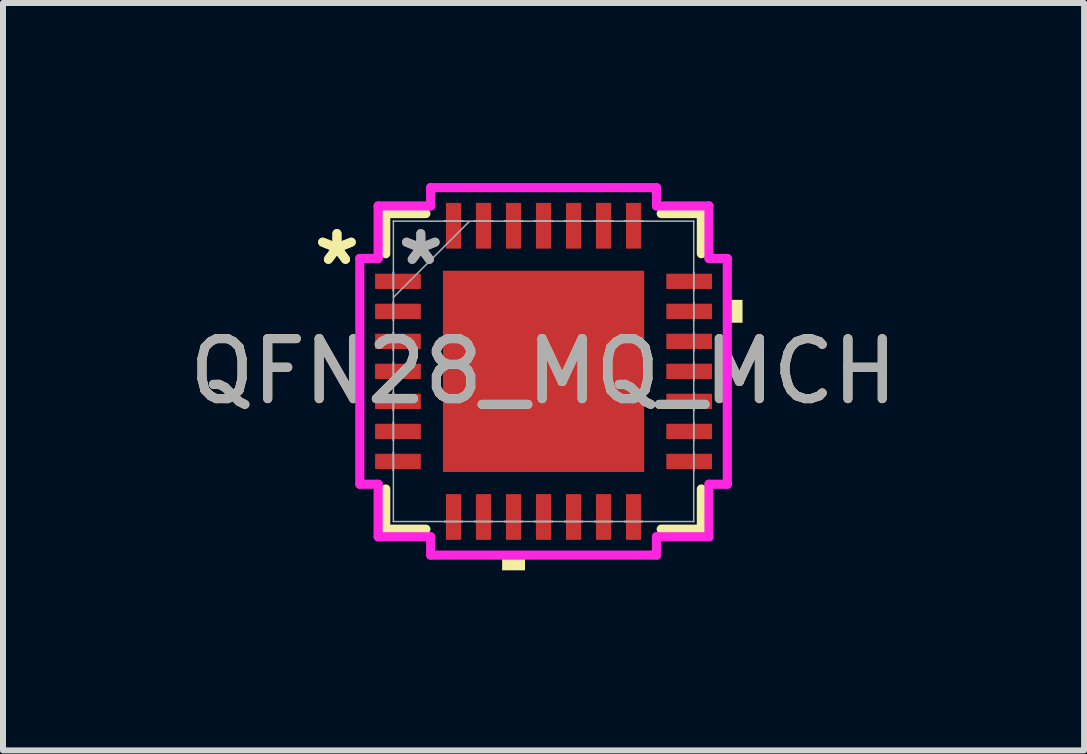
<source format=kicad_pcb>
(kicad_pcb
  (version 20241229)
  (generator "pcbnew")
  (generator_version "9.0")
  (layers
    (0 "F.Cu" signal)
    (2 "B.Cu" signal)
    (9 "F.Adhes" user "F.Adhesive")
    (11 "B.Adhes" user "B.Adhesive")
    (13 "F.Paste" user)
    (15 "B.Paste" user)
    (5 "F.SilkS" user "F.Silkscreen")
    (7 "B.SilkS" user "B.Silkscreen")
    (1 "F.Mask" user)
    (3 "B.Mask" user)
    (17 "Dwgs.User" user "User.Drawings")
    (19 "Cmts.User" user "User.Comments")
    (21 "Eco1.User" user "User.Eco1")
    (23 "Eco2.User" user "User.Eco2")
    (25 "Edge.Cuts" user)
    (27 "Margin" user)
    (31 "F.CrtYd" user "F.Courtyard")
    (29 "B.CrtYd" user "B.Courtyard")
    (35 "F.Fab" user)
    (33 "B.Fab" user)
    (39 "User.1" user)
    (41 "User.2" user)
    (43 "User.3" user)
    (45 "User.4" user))
  (footprint "QFN28_MQ_MCH"
    (layer "F.Cu")
    (at 6.006 3.137)
    (property "Reference" "QFN28_MQ_MCH" (at 0 0 0) (unlocked yes) (layer "F.SilkS") (effects (font (size 1 1) (thickness 0.15))))
    (attr smd)
    (fp_line (start -2.629 -2.629) (end -2.629 -1.96) (stroke (width 0.152) (type solid)) (layer "F.SilkS"))
    (fp_line (start -2.629 1.96) (end -2.629 2.629) (stroke (width 0.152) (type solid)) (layer "F.SilkS"))
    (fp_line (start -2.629 2.629) (end -1.96 2.629) (stroke (width 0.152) (type solid)) (layer "F.SilkS"))
    (fp_line (start -1.96 -2.629) (end -2.629 -2.629) (stroke (width 0.152) (type solid)) (layer "F.SilkS"))
    (fp_line (start 1.96 2.629) (end 2.629 2.629) (stroke (width 0.152) (type solid)) (layer "F.SilkS"))
    (fp_line (start 2.629 -2.629) (end 1.96 -2.629) (stroke (width 0.152) (type solid)) (layer "F.SilkS"))
    (fp_line (start 2.629 -1.96) (end 2.629 -2.629) (stroke (width 0.152) (type solid)) (layer "F.SilkS"))
    (fp_line (start 2.629 2.629) (end 2.629 1.96) (stroke (width 0.152) (type solid)) (layer "F.SilkS"))
    (fp_poly (pts (xy -0.69 3.061) (xy -0.69 3.315) (xy -0.309 3.315) (xy -0.309 3.061)) (stroke (width 0) (type solid)) (fill yes) (layer "F.SilkS"))
    (fp_poly (pts (xy 3.315 -1.191) (xy 3.315 -0.81) (xy 3.061 -0.81) (xy 3.061 -1.191)) (stroke (width 0) (type solid)) (fill yes) (layer "F.SilkS"))
    (fp_poly (pts (xy -1.576 -1.576) (xy -1.576 -0.1) (xy -0.1 -0.1) (xy -0.1 -1.576)) (stroke (width 0) (type solid)) (fill yes) (layer "F.Paste"))
    (fp_poly (pts (xy -1.576 0.1) (xy -1.576 1.576) (xy -0.1 1.576) (xy -0.1 0.1)) (stroke (width 0) (type solid)) (fill yes) (layer "F.Paste"))
    (fp_poly (pts (xy 0.1 -1.576) (xy 0.1 -0.1) (xy 1.576 -0.1) (xy 1.576 -1.576)) (stroke (width 0) (type solid)) (fill yes) (layer "F.Paste"))
    (fp_poly (pts (xy 0.1 0.1) (xy 0.1 1.576) (xy 1.576 1.576) (xy 1.576 0.1)) (stroke (width 0) (type solid)) (fill yes) (layer "F.Paste"))
    (fp_line (start -3.061 -1.881) (end -2.756 -1.881) (stroke (width 0.152) (type solid)) (layer "F.CrtYd"))
    (fp_line (start -3.061 1.881) (end -3.061 -1.881) (stroke (width 0.152) (type solid)) (layer "F.CrtYd"))
    (fp_line (start -2.756 -2.756) (end -1.881 -2.756) (stroke (width 0.152) (type solid)) (layer "F.CrtYd"))
    (fp_line (start -2.756 -1.881) (end -2.756 -2.756) (stroke (width 0.152) (type solid)) (layer "F.CrtYd"))
    (fp_line (start -2.756 1.881) (end -3.061 1.881) (stroke (width 0.152) (type solid)) (layer "F.CrtYd"))
    (fp_line (start -2.756 2.756) (end -2.756 1.881) (stroke (width 0.152) (type solid)) (layer "F.CrtYd"))
    (fp_line (start -1.881 -3.061) (end 1.881 -3.061) (stroke (width 0.152) (type solid)) (layer "F.CrtYd"))
    (fp_line (start -1.881 -2.756) (end -1.881 -3.061) (stroke (width 0.152) (type solid)) (layer "F.CrtYd"))
    (fp_line (start -1.881 2.756) (end -2.756 2.756) (stroke (width 0.152) (type solid)) (layer "F.CrtYd"))
    (fp_line (start -1.881 3.061) (end -1.881 2.756) (stroke (width 0.152) (type solid)) (layer "F.CrtYd"))
    (fp_line (start 1.881 -3.061) (end 1.881 -2.756) (stroke (width 0.152) (type solid)) (layer "F.CrtYd"))
    (fp_line (start 1.881 -2.756) (end 2.756 -2.756) (stroke (width 0.152) (type solid)) (layer "F.CrtYd"))
    (fp_line (start 1.881 2.756) (end 1.881 3.061) (stroke (width 0.152) (type solid)) (layer "F.CrtYd"))
    (fp_line (start 1.881 3.061) (end -1.881 3.061) (stroke (width 0.152) (type solid)) (layer "F.CrtYd"))
    (fp_line (start 2.756 -2.756) (end 2.756 -1.881) (stroke (width 0.152) (type solid)) (layer "F.CrtYd"))
    (fp_line (start 2.756 -1.881) (end 3.061 -1.881) (stroke (width 0.152) (type solid)) (layer "F.CrtYd"))
    (fp_line (start 2.756 1.881) (end 2.756 2.756) (stroke (width 0.152) (type solid)) (layer "F.CrtYd"))
    (fp_line (start 2.756 2.756) (end 1.881 2.756) (stroke (width 0.152) (type solid)) (layer "F.CrtYd"))
    (fp_line (start 3.061 -1.881) (end 3.061 1.881) (stroke (width 0.152) (type solid)) (layer "F.CrtYd"))
    (fp_line (start 3.061 1.881) (end 2.756 1.881) (stroke (width 0.152) (type solid)) (layer "F.CrtYd"))
    (fp_line (start -2.502 -2.502) (end -2.502 -2.502) (stroke (width 0.025) (type solid)) (layer "F.Fab"))
    (fp_line (start -2.502 -2.502) (end -2.502 2.502) (stroke (width 0.025) (type solid)) (layer "F.Fab"))
    (fp_line (start -2.502 -1.652) (end -2.502 -1.652) (stroke (width 0.025) (type solid)) (layer "F.Fab"))
    (fp_line (start -2.502 -1.652) (end -2.502 -1.348) (stroke (width 0.025) (type solid)) (layer "F.Fab"))
    (fp_line (start -2.502 -1.348) (end -2.502 -1.652) (stroke (width 0.025) (type solid)) (layer "F.Fab"))
    (fp_line (start -2.502 -1.348) (end -2.502 -1.348) (stroke (width 0.025) (type solid)) (layer "F.Fab"))
    (fp_line (start -2.502 -1.232) (end -1.232 -2.502) (stroke (width 0.025) (type solid)) (layer "F.Fab"))
    (fp_line (start -2.502 -1.152) (end -2.502 -1.152) (stroke (width 0.025) (type solid)) (layer "F.Fab"))
    (fp_line (start -2.502 -1.152) (end -2.502 -0.848) (stroke (width 0.025) (type solid)) (layer "F.Fab"))
    (fp_line (start -2.502 -0.848) (end -2.502 -1.152) (stroke (width 0.025) (type solid)) (layer "F.Fab"))
    (fp_line (start -2.502 -0.848) (end -2.502 -0.848) (stroke (width 0.025) (type solid)) (layer "F.Fab"))
    (fp_line (start -2.502 -0.652) (end -2.502 -0.652) (stroke (width 0.025) (type solid)) (layer "F.Fab"))
    (fp_line (start -2.502 -0.652) (end -2.502 -0.348) (stroke (width 0.025) (type solid)) (layer "F.Fab"))
    (fp_line (start -2.502 -0.348) (end -2.502 -0.652) (stroke (width 0.025) (type solid)) (layer "F.Fab"))
    (fp_line (start -2.502 -0.348) (end -2.502 -0.348) (stroke (width 0.025) (type solid)) (layer "F.Fab"))
    (fp_line (start -2.502 -0.152) (end -2.502 -0.152) (stroke (width 0.025) (type solid)) (layer "F.Fab"))
    (fp_line (start -2.502 -0.152) (end -2.502 0.152) (stroke (width 0.025) (type solid)) (layer "F.Fab"))
    (fp_line (start -2.502 0.152) (end -2.502 -0.152) (stroke (width 0.025) (type solid)) (layer "F.Fab"))
    (fp_line (start -2.502 0.152) (end -2.502 0.152) (stroke (width 0.025) (type solid)) (layer "F.Fab"))
    (fp_line (start -2.502 0.348) (end -2.502 0.348) (stroke (width 0.025) (type solid)) (layer "F.Fab"))
    (fp_line (start -2.502 0.348) (end -2.502 0.652) (stroke (width 0.025) (type solid)) (layer "F.Fab"))
    (fp_line (start -2.502 0.652) (end -2.502 0.348) (stroke (width 0.025) (type solid)) (layer "F.Fab"))
    (fp_line (start -2.502 0.652) (end -2.502 0.652) (stroke (width 0.025) (type solid)) (layer "F.Fab"))
    (fp_line (start -2.502 0.848) (end -2.502 0.848) (stroke (width 0.025) (type solid)) (layer "F.Fab"))
    (fp_line (start -2.502 0.848) (end -2.502 1.152) (stroke (width 0.025) (type solid)) (layer "F.Fab"))
    (fp_line (start -2.502 1.152) (end -2.502 0.848) (stroke (width 0.025) (type solid)) (layer "F.Fab"))
    (fp_line (start -2.502 1.152) (end -2.502 1.152) (stroke (width 0.025) (type solid)) (layer "F.Fab"))
    (fp_line (start -2.502 1.348) (end -2.502 1.348) (stroke (width 0.025) (type solid)) (layer "F.Fab"))
    (fp_line (start -2.502 1.348) (end -2.502 1.652) (stroke (width 0.025) (type solid)) (layer "F.Fab"))
    (fp_line (start -2.502 1.652) (end -2.502 1.348) (stroke (width 0.025) (type solid)) (layer "F.Fab"))
    (fp_line (start -2.502 1.652) (end -2.502 1.652) (stroke (width 0.025) (type solid)) (layer "F.Fab"))
    (fp_line (start -2.502 2.502) (end -2.502 2.502) (stroke (width 0.025) (type solid)) (layer "F.Fab"))
    (fp_line (start -2.502 2.502) (end 2.502 2.502) (stroke (width 0.025) (type solid)) (layer "F.Fab"))
    (fp_line (start -1.652 -2.502) (end -1.652 -2.502) (stroke (width 0.025) (type solid)) (layer "F.Fab"))
    (fp_line (start -1.652 -2.502) (end -1.348 -2.502) (stroke (width 0.025) (type solid)) (layer "F.Fab"))
    (fp_line (start -1.652 2.502) (end -1.652 2.502) (stroke (width 0.025) (type solid)) (layer "F.Fab"))
    (fp_line (start -1.652 2.502) (end -1.348 2.502) (stroke (width 0.025) (type solid)) (layer "F.Fab"))
    (fp_line (start -1.348 -2.502) (end -1.652 -2.502) (stroke (width 0.025) (type solid)) (layer "F.Fab"))
    (fp_line (start -1.348 -2.502) (end -1.348 -2.502) (stroke (width 0.025) (type solid)) (layer "F.Fab"))
    (fp_line (start -1.348 2.502) (end -1.652 2.502) (stroke (width 0.025) (type solid)) (layer "F.Fab"))
    (fp_line (start -1.348 2.502) (end -1.348 2.502) (stroke (width 0.025) (type solid)) (layer "F.Fab"))
    (fp_line (start -1.152 -2.502) (end -1.152 -2.502) (stroke (width 0.025) (type solid)) (layer "F.Fab"))
    (fp_line (start -1.152 -2.502) (end -0.848 -2.502) (stroke (width 0.025) (type solid)) (layer "F.Fab"))
    (fp_line (start -1.152 2.502) (end -1.152 2.502) (stroke (width 0.025) (type solid)) (layer "F.Fab"))
    (fp_line (start -1.152 2.502) (end -0.848 2.502) (stroke (width 0.025) (type solid)) (layer "F.Fab"))
    (fp_line (start -0.848 -2.502) (end -1.152 -2.502) (stroke (width 0.025) (type solid)) (layer "F.Fab"))
    (fp_line (start -0.848 -2.502) (end -0.848 -2.502) (stroke (width 0.025) (type solid)) (layer "F.Fab"))
    (fp_line (start -0.848 2.502) (end -1.152 2.502) (stroke (width 0.025) (type solid)) (layer "F.Fab"))
    (fp_line (start -0.848 2.502) (end -0.848 2.502) (stroke (width 0.025) (type solid)) (layer "F.Fab"))
    (fp_line (start -0.652 -2.502) (end -0.652 -2.502) (stroke (width 0.025) (type solid)) (layer "F.Fab"))
    (fp_line (start -0.652 -2.502) (end -0.348 -2.502) (stroke (width 0.025) (type solid)) (layer "F.Fab"))
    (fp_line (start -0.652 2.502) (end -0.652 2.502) (stroke (width 0.025) (type solid)) (layer "F.Fab"))
    (fp_line (start -0.652 2.502) (end -0.348 2.502) (stroke (width 0.025) (type solid)) (layer "F.Fab"))
    (fp_line (start -0.348 -2.502) (end -0.652 -2.502) (stroke (width 0.025) (type solid)) (layer "F.Fab"))
    (fp_line (start -0.348 -2.502) (end -0.348 -2.502) (stroke (width 0.025) (type solid)) (layer "F.Fab"))
    (fp_line (start -0.348 2.502) (end -0.652 2.502) (stroke (width 0.025) (type solid)) (layer "F.Fab"))
    (fp_line (start -0.348 2.502) (end -0.348 2.502) (stroke (width 0.025) (type solid)) (layer "F.Fab"))
    (fp_line (start -0.152 -2.502) (end -0.152 -2.502) (stroke (width 0.025) (type solid)) (layer "F.Fab"))
    (fp_line (start -0.152 -2.502) (end 0.152 -2.502) (stroke (width 0.025) (type solid)) (layer "F.Fab"))
    (fp_line (start -0.152 2.502) (end -0.152 2.502) (stroke (width 0.025) (type solid)) (layer "F.Fab"))
    (fp_line (start -0.152 2.502) (end 0.152 2.502) (stroke (width 0.025) (type solid)) (layer "F.Fab"))
    (fp_line (start 0.152 -2.502) (end -0.152 -2.502) (stroke (width 0.025) (type solid)) (layer "F.Fab"))
    (fp_line (start 0.152 -2.502) (end 0.152 -2.502) (stroke (width 0.025) (type solid)) (layer "F.Fab"))
    (fp_line (start 0.152 2.502) (end -0.152 2.502) (stroke (width 0.025) (type solid)) (layer "F.Fab"))
    (fp_line (start 0.152 2.502) (end 0.152 2.502) (stroke (width 0.025) (type solid)) (layer "F.Fab"))
    (fp_line (start 0.348 -2.502) (end 0.348 -2.502) (stroke (width 0.025) (type solid)) (layer "F.Fab"))
    (fp_line (start 0.348 -2.502) (end 0.652 -2.502) (stroke (width 0.025) (type solid)) (layer "F.Fab"))
    (fp_line (start 0.348 2.502) (end 0.348 2.502) (stroke (width 0.025) (type solid)) (layer "F.Fab"))
    (fp_line (start 0.348 2.502) (end 0.652 2.502) (stroke (width 0.025) (type solid)) (layer "F.Fab"))
    (fp_line (start 0.652 -2.502) (end 0.348 -2.502) (stroke (width 0.025) (type solid)) (layer "F.Fab"))
    (fp_line (start 0.652 -2.502) (end 0.652 -2.502) (stroke (width 0.025) (type solid)) (layer "F.Fab"))
    (fp_line (start 0.652 2.502) (end 0.348 2.502) (stroke (width 0.025) (type solid)) (layer "F.Fab"))
    (fp_line (start 0.652 2.502) (end 0.652 2.502) (stroke (width 0.025) (type solid)) (layer "F.Fab"))
    (fp_line (start 0.848 -2.502) (end 0.848 -2.502) (stroke (width 0.025) (type solid)) (layer "F.Fab"))
    (fp_line (start 0.848 -2.502) (end 1.152 -2.502) (stroke (width 0.025) (type solid)) (layer "F.Fab"))
    (fp_line (start 0.848 2.502) (end 0.848 2.502) (stroke (width 0.025) (type solid)) (layer "F.Fab"))
    (fp_line (start 0.848 2.502) (end 1.152 2.502) (stroke (width 0.025) (type solid)) (layer "F.Fab"))
    (fp_line (start 1.152 -2.502) (end 0.848 -2.502) (stroke (width 0.025) (type solid)) (layer "F.Fab"))
    (fp_line (start 1.152 -2.502) (end 1.152 -2.502) (stroke (width 0.025) (type solid)) (layer "F.Fab"))
    (fp_line (start 1.152 2.502) (end 0.848 2.502) (stroke (width 0.025) (type solid)) (layer "F.Fab"))
    (fp_line (start 1.152 2.502) (end 1.152 2.502) (stroke (width 0.025) (type solid)) (layer "F.Fab"))
    (fp_line (start 1.348 -2.502) (end 1.348 -2.502) (stroke (width 0.025) (type solid)) (layer "F.Fab"))
    (fp_line (start 1.348 -2.502) (end 1.652 -2.502) (stroke (width 0.025) (type solid)) (layer "F.Fab"))
    (fp_line (start 1.348 2.502) (end 1.348 2.502) (stroke (width 0.025) (type solid)) (layer "F.Fab"))
    (fp_line (start 1.348 2.502) (end 1.652 2.502) (stroke (width 0.025) (type solid)) (layer "F.Fab"))
    (fp_line (start 1.652 -2.502) (end 1.348 -2.502) (stroke (width 0.025) (type solid)) (layer "F.Fab"))
    (fp_line (start 1.652 -2.502) (end 1.652 -2.502) (stroke (width 0.025) (type solid)) (layer "F.Fab"))
    (fp_line (start 1.652 2.502) (end 1.348 2.502) (stroke (width 0.025) (type solid)) (layer "F.Fab"))
    (fp_line (start 1.652 2.502) (end 1.652 2.502) (stroke (width 0.025) (type solid)) (layer "F.Fab"))
    (fp_line (start 2.502 -2.502) (end -2.502 -2.502) (stroke (width 0.025) (type solid)) (layer "F.Fab"))
    (fp_line (start 2.502 -2.502) (end 2.502 -2.502) (stroke (width 0.025) (type solid)) (layer "F.Fab"))
    (fp_line (start 2.502 -1.652) (end 2.502 -1.652) (stroke (width 0.025) (type solid)) (layer "F.Fab"))
    (fp_line (start 2.502 -1.652) (end 2.502 -1.348) (stroke (width 0.025) (type solid)) (layer "F.Fab"))
    (fp_line (start 2.502 -1.348) (end 2.502 -1.652) (stroke (width 0.025) (type solid)) (layer "F.Fab"))
    (fp_line (start 2.502 -1.348) (end 2.502 -1.348) (stroke (width 0.025) (type solid)) (layer "F.Fab"))
    (fp_line (start 2.502 -1.152) (end 2.502 -1.152) (stroke (width 0.025) (type solid)) (layer "F.Fab"))
    (fp_line (start 2.502 -1.152) (end 2.502 -0.848) (stroke (width 0.025) (type solid)) (layer "F.Fab"))
    (fp_line (start 2.502 -0.848) (end 2.502 -1.152) (stroke (width 0.025) (type solid)) (layer "F.Fab"))
    (fp_line (start 2.502 -0.848) (end 2.502 -0.848) (stroke (width 0.025) (type solid)) (layer "F.Fab"))
    (fp_line (start 2.502 -0.652) (end 2.502 -0.652) (stroke (width 0.025) (type solid)) (layer "F.Fab"))
    (fp_line (start 2.502 -0.652) (end 2.502 -0.348) (stroke (width 0.025) (type solid)) (layer "F.Fab"))
    (fp_line (start 2.502 -0.348) (end 2.502 -0.652) (stroke (width 0.025) (type solid)) (layer "F.Fab"))
    (fp_line (start 2.502 -0.348) (end 2.502 -0.348) (stroke (width 0.025) (type solid)) (layer "F.Fab"))
    (fp_line (start 2.502 -0.152) (end 2.502 -0.152) (stroke (width 0.025) (type solid)) (layer "F.Fab"))
    (fp_line (start 2.502 -0.152) (end 2.502 0.152) (stroke (width 0.025) (type solid)) (layer "F.Fab"))
    (fp_line (start 2.502 0.152) (end 2.502 -0.152) (stroke (width 0.025) (type solid)) (layer "F.Fab"))
    (fp_line (start 2.502 0.152) (end 2.502 0.152) (stroke (width 0.025) (type solid)) (layer "F.Fab"))
    (fp_line (start 2.502 0.348) (end 2.502 0.348) (stroke (width 0.025) (type solid)) (layer "F.Fab"))
    (fp_line (start 2.502 0.348) (end 2.502 0.652) (stroke (width 0.025) (type solid)) (layer "F.Fab"))
    (fp_line (start 2.502 0.652) (end 2.502 0.348) (stroke (width 0.025) (type solid)) (layer "F.Fab"))
    (fp_line (start 2.502 0.652) (end 2.502 0.652) (stroke (width 0.025) (type solid)) (layer "F.Fab"))
    (fp_line (start 2.502 0.848) (end 2.502 0.848) (stroke (width 0.025) (type solid)) (layer "F.Fab"))
    (fp_line (start 2.502 0.848) (end 2.502 1.152) (stroke (width 0.025) (type solid)) (layer "F.Fab"))
    (fp_line (start 2.502 1.152) (end 2.502 0.848) (stroke (width 0.025) (type solid)) (layer "F.Fab"))
    (fp_line (start 2.502 1.152) (end 2.502 1.152) (stroke (width 0.025) (type solid)) (layer "F.Fab"))
    (fp_line (start 2.502 1.348) (end 2.502 1.348) (stroke (width 0.025) (type solid)) (layer "F.Fab"))
    (fp_line (start 2.502 1.348) (end 2.502 1.652) (stroke (width 0.025) (type solid)) (layer "F.Fab"))
    (fp_line (start 2.502 1.652) (end 2.502 1.348) (stroke (width 0.025) (type solid)) (layer "F.Fab"))
    (fp_line (start 2.502 1.652) (end 2.502 1.652) (stroke (width 0.025) (type solid)) (layer "F.Fab"))
    (fp_line (start 2.502 2.502) (end 2.502 -2.502) (stroke (width 0.025) (type solid)) (layer "F.Fab"))
    (fp_line (start 2.502 2.502) (end 2.502 2.502) (stroke (width 0.025) (type solid)) (layer "F.Fab"))
    (fp_text user "*" (at -3.442 -1.75 0) (unlocked yes) (layer "F.SilkS") (effects (font (size 1 1) (thickness 0.15))))
    (fp_text user "*" (at -3.442 -1.75 0) (layer "F.SilkS") (effects (font (size 1 1) (thickness 0.15))))
    (fp_text user "*" (at -2.045 -1.75 0) (layer "F.Fab") (effects (font (size 1 1) (thickness 0.15))))
    (fp_text user "${REFERENCE}" (at 0 0 0) (unlocked yes) (layer "F.Fab") (effects (font (size 1 1) (thickness 0.15))))
    (fp_text user "*" (at -2.045 -1.75 0) (unlocked yes) (layer "F.Fab") (effects (font (size 1 1) (thickness 0.15))))
    (pad "1" smd rect (at -2.426 -1.5 90) (size 0.254 0.762) (layers "F.Cu" "F.Mask" "F.Paste"))
    (pad "2" smd rect (at -2.426 -1 90) (size 0.254 0.762) (layers "F.Cu" "F.Mask" "F.Paste"))
    (pad "3" smd rect (at -2.426 -0.5 90) (size 0.254 0.762) (layers "F.Cu" "F.Mask" "F.Paste"))
    (pad "4" smd rect (at -2.426 0 90) (size 0.254 0.762) (layers "F.Cu" "F.Mask" "F.Paste"))
    (pad "5" smd rect (at -2.426 0.5 90) (size 0.254 0.762) (layers "F.Cu" "F.Mask" "F.Paste"))
    (pad "6" smd rect (at -2.426 1 90) (size 0.254 0.762) (layers "F.Cu" "F.Mask" "F.Paste"))
    (pad "7" smd rect (at -2.426 1.5 90) (size 0.254 0.762) (layers "F.Cu" "F.Mask" "F.Paste"))
    (pad "8" smd rect (at -1.5 2.426) (size 0.254 0.762) (layers "F.Cu" "F.Mask" "F.Paste"))
    (pad "9" smd rect (at -1 2.426) (size 0.254 0.762) (layers "F.Cu" "F.Mask" "F.Paste"))
    (pad "10" smd rect (at -0.5 2.426) (size 0.254 0.762) (layers "F.Cu" "F.Mask" "F.Paste"))
    (pad "11" smd rect (at 0 2.426) (size 0.254 0.762) (layers "F.Cu" "F.Mask" "F.Paste"))
    (pad "12" smd rect (at 0.5 2.426) (size 0.254 0.762) (layers "F.Cu" "F.Mask" "F.Paste"))
    (pad "13" smd rect (at 1 2.426) (size 0.254 0.762) (layers "F.Cu" "F.Mask" "F.Paste"))
    (pad "14" smd rect (at 1.5 2.426) (size 0.254 0.762) (layers "F.Cu" "F.Mask" "F.Paste"))
    (pad "15" smd rect (at 2.426 1.5 90) (size 0.254 0.762) (layers "F.Cu" "F.Mask" "F.Paste"))
    (pad "16" smd rect (at 2.426 1 90) (size 0.254 0.762) (layers "F.Cu" "F.Mask" "F.Paste"))
    (pad "17" smd rect (at 2.426 0.5 90) (size 0.254 0.762) (layers "F.Cu" "F.Mask" "F.Paste"))
    (pad "18" smd rect (at 2.426 0 90) (size 0.254 0.762) (layers "F.Cu" "F.Mask" "F.Paste"))
    (pad "19" smd rect (at 2.426 -0.5 90) (size 0.254 0.762) (layers "F.Cu" "F.Mask" "F.Paste"))
    (pad "20" smd rect (at 2.426 -1 90) (size 0.254 0.762) (layers "F.Cu" "F.Mask" "F.Paste"))
    (pad "21" smd rect (at 2.426 -1.5 90) (size 0.254 0.762) (layers "F.Cu" "F.Mask" "F.Paste"))
    (pad "22" smd rect (at 1.5 -2.426) (size 0.254 0.762) (layers "F.Cu" "F.Mask" "F.Paste"))
    (pad "23" smd rect (at 1 -2.426) (size 0.254 0.762) (layers "F.Cu" "F.Mask" "F.Paste"))
    (pad "24" smd rect (at 0.5 -2.426) (size 0.254 0.762) (layers "F.Cu" "F.Mask" "F.Paste"))
    (pad "25" smd rect (at 0 -2.426) (size 0.254 0.762) (layers "F.Cu" "F.Mask" "F.Paste"))
    (pad "26" smd rect (at -0.5 -2.426) (size 0.254 0.762) (layers "F.Cu" "F.Mask" "F.Paste"))
    (pad "27" smd rect (at -1 -2.426) (size 0.254 0.762) (layers "F.Cu" "F.Mask" "F.Paste"))
    (pad "28" smd rect (at -1.5 -2.426) (size 0.254 0.762) (layers "F.Cu" "F.Mask" "F.Paste"))
    (pad "29" smd rect (at 0 0) (size 3.353 3.353) (layers "F.Cu" "F.Mask" "F.Paste")))
  (gr_rect
    (start -3 -3)
    (end 15.012 9.452)
    (stroke (width 0.1) (type default))
    (fill no)
    (layer "Edge.Cuts")))
</source>
